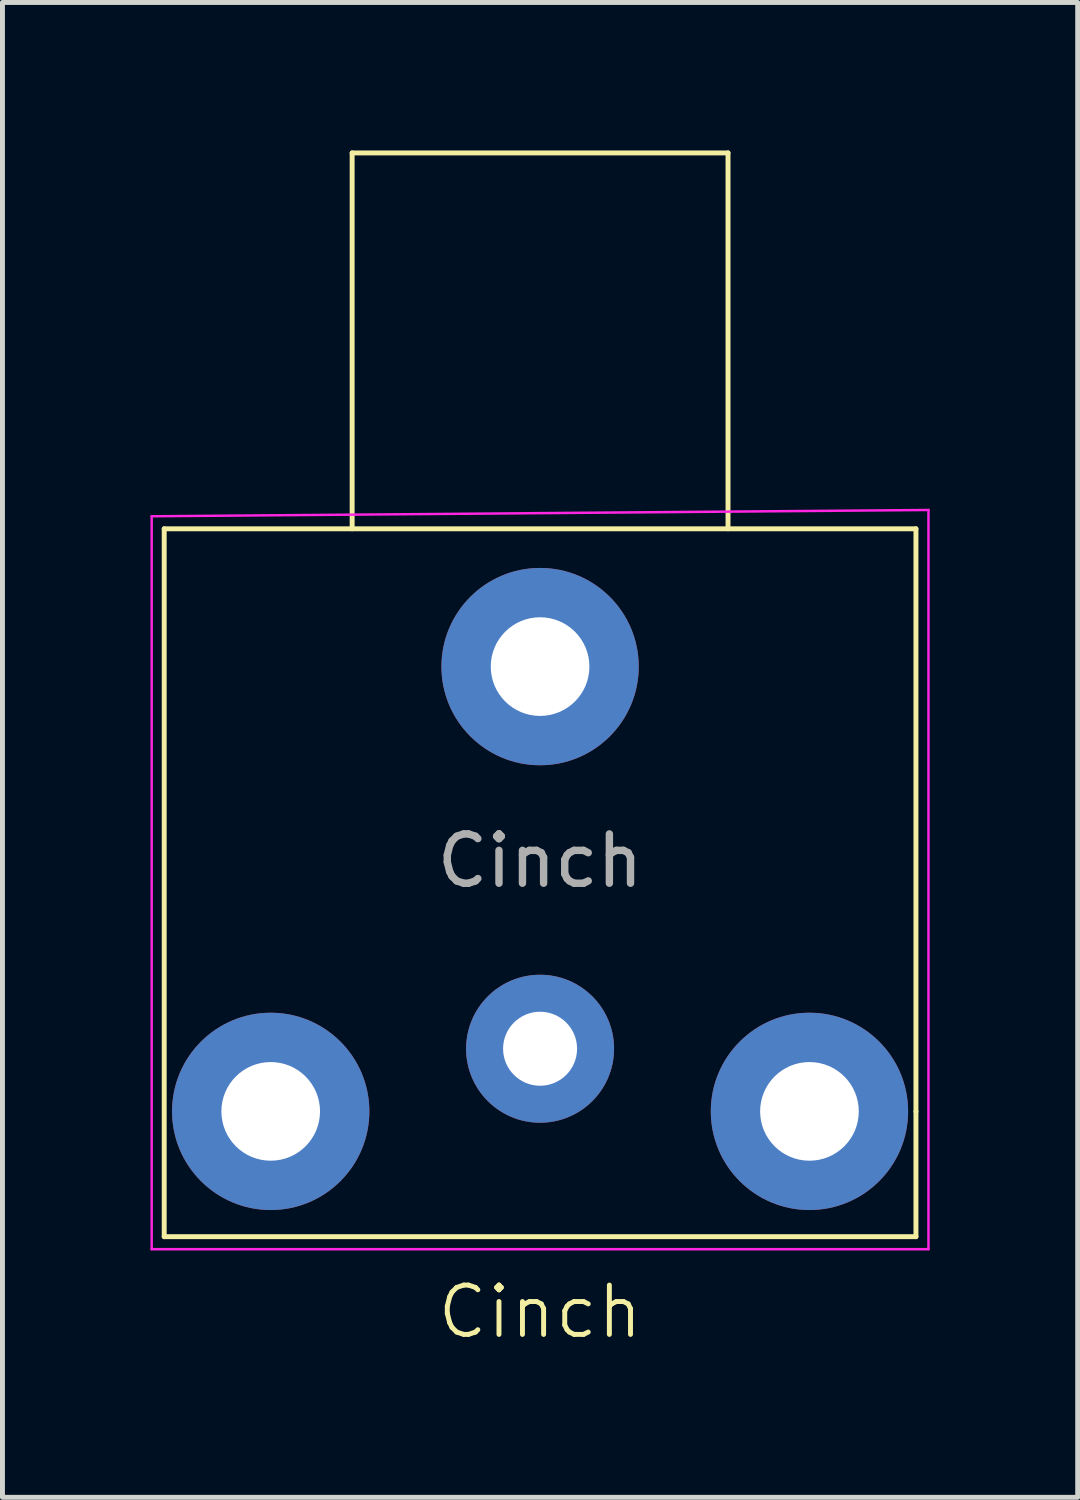
<source format=kicad_pcb>
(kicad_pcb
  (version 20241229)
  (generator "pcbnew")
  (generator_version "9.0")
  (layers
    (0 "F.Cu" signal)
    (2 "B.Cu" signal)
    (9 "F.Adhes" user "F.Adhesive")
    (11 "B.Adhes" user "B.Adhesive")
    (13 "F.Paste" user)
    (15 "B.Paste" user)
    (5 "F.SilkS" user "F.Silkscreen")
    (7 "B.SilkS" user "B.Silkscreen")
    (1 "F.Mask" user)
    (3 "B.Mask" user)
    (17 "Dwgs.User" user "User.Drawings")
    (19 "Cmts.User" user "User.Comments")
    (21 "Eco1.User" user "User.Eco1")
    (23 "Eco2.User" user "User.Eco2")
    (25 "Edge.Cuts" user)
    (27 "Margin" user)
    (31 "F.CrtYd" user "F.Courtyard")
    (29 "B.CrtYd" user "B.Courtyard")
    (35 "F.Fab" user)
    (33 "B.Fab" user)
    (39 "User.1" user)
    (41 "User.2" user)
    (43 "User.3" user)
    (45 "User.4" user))
  (footprint "Cinch"
    (layer "F.Cu")
    (at 7.899 19.481)
    (property "Reference" "Cinch" (at 0 4.064 0) (unlocked yes) (layer "F.SilkS") (effects (font (size 1 1) (thickness 0.1))))
    (attr through_hole)
    (fp_line (start -7.62 -11.811) (end 7.62 -11.811) (stroke (width 0.1) (type default)) (layer "F.SilkS"))
    (fp_line (start -7.62 2.54) (end -7.62 -11.811) (stroke (width 0.1) (type default)) (layer "F.SilkS"))
    (fp_line (start -3.81 -19.431) (end -3.81 -11.811) (stroke (width 0.1) (type default)) (layer "F.SilkS"))
    (fp_line (start 3.81 -19.431) (end -3.81 -19.431) (stroke (width 0.1) (type default)) (layer "F.SilkS"))
    (fp_line (start 3.81 -11.811) (end 3.81 -19.431) (stroke (width 0.1) (type default)) (layer "F.SilkS"))
    (fp_line (start 7.62 -11.811) (end 7.62 0) (stroke (width 0.1) (type default)) (layer "F.SilkS"))
    (fp_line (start 7.62 0) (end 7.62 2.54) (stroke (width 0.1) (type default)) (layer "F.SilkS"))
    (fp_line (start 7.62 2.54) (end -7.62 2.54) (stroke (width 0.1) (type default)) (layer "F.SilkS"))
    (fp_line (start -7.874 -12.065) (end 7.874 -12.192) (stroke (width 0.05) (type default)) (layer "F.CrtYd"))
    (fp_line (start -7.874 2.794) (end -7.874 -12.065) (stroke (width 0.05) (type default)) (layer "F.CrtYd"))
    (fp_line (start 7.874 -12.192) (end 7.874 2.794) (stroke (width 0.05) (type default)) (layer "F.CrtYd"))
    (fp_line (start 7.874 2.794) (end -7.874 2.794) (stroke (width 0.05) (type default)) (layer "F.CrtYd"))
    (fp_text user "${REFERENCE}" (at 0 -5.08 0) (layer "F.Fab") (effects (font (size 1 1) (thickness 0.15))))
    (pad "1" thru_hole circle (at 0 -1.27 180) (size 3 3) (drill 1.5) (layers "*.Cu" "*.Mask"))
    (pad "2" thru_hole circle (at -5.461 0 180) (size 4 4) (drill 2) (layers "*.Cu" "*.Mask"))
    (pad "2" thru_hole circle (at 0 -9.017 180) (size 4 4) (drill 2) (layers "*.Cu" "*.Mask"))
    (pad "2" thru_hole circle (at 5.461 0 180) (size 4 4) (drill 2) (layers "*.Cu" "*.Mask")))
  (gr_rect
    (start -3 -3)
    (end 18.798 27.305)
    (stroke (width 0.1) (type default))
    (fill no)
    (layer "Edge.Cuts")))
</source>
